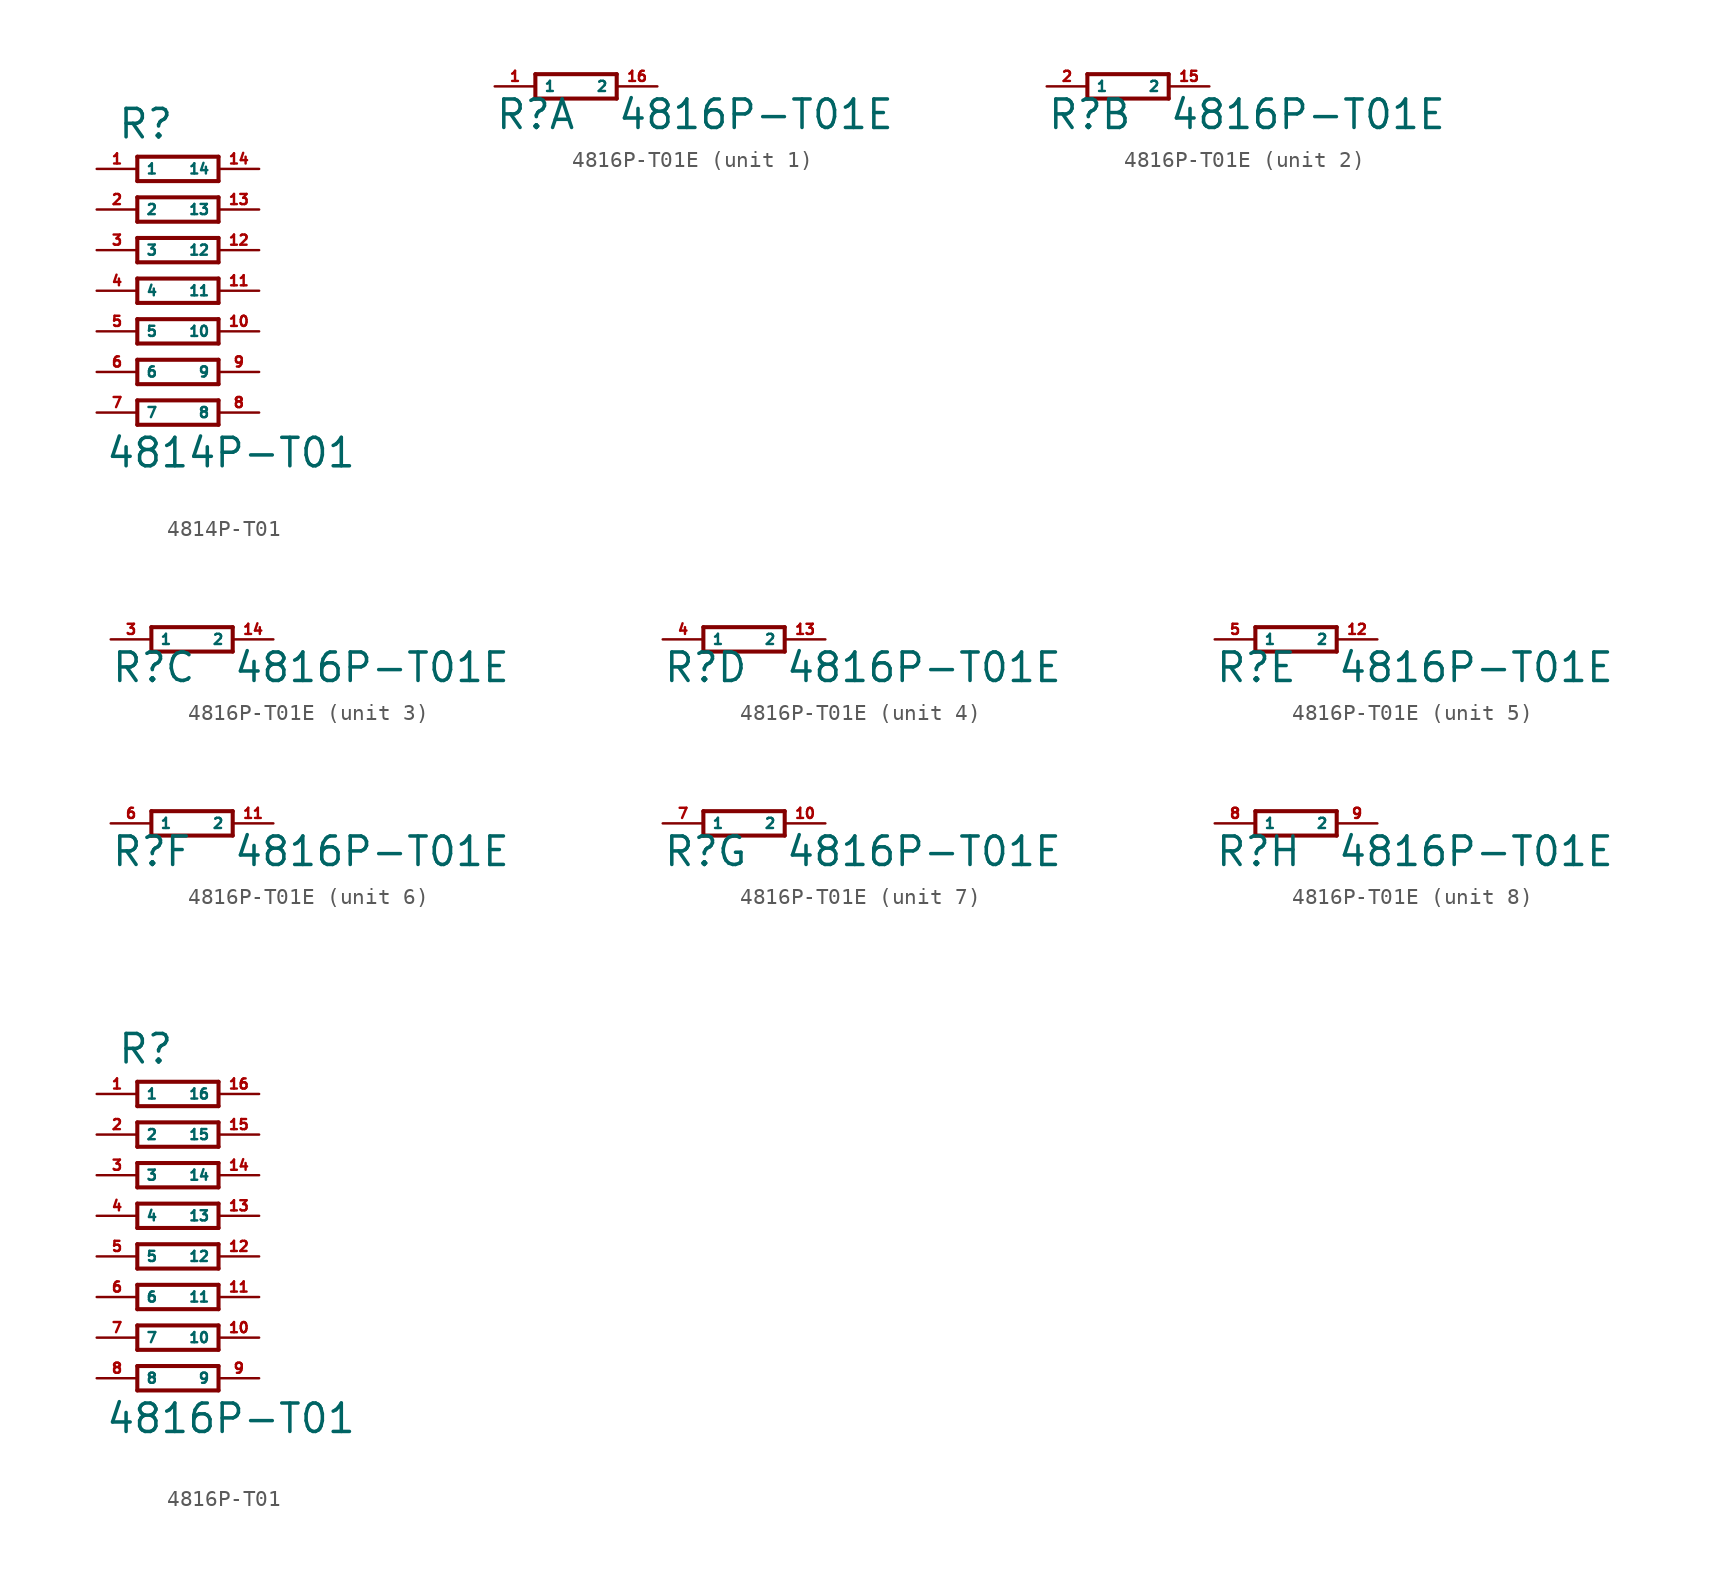
<source format=kicad_sym>
(kicad_symbol_lib
  (version 20220914)
  (generator Eagle2Kicad)
  (symbol "4814P-T01"
    (property "Reference" "R"
      (at -3.81 9.398 0)
      (effects (font (size 1.778 1.778) (thickness 0.22)) (justify left bottom)))
    (property "Value" "4814P-T01"
      (at -4.572 -11.176 0)
      (effects (font (size 1.778 1.778) (thickness 0.22)) (justify left bottom)))
    (polyline
      (pts (xy -2.54 8.382) (xy -2.54 6.858))
      (stroke (width 0.254) (type default))
      (fill (type none)))
    (polyline
      (pts (xy -2.54 6.858) (xy 2.54 6.858))
      (stroke (width 0.254) (type default))
      (fill (type none)))
    (polyline
      (pts (xy 2.54 6.858) (xy 2.54 8.382))
      (stroke (width 0.254) (type default))
      (fill (type none)))
    (polyline
      (pts (xy 2.54 8.382) (xy -2.54 8.382))
      (stroke (width 0.254) (type default))
      (fill (type none)))
    (polyline
      (pts (xy -2.54 5.842) (xy -2.54 4.318))
      (stroke (width 0.254) (type default))
      (fill (type none)))
    (polyline
      (pts (xy -2.54 4.318) (xy 2.54 4.318))
      (stroke (width 0.254) (type default))
      (fill (type none)))
    (polyline
      (pts (xy 2.54 4.318) (xy 2.54 5.842))
      (stroke (width 0.254) (type default))
      (fill (type none)))
    (polyline
      (pts (xy 2.54 5.842) (xy -2.54 5.842))
      (stroke (width 0.254) (type default))
      (fill (type none)))
    (polyline
      (pts (xy -2.54 3.302) (xy -2.54 1.778))
      (stroke (width 0.254) (type default))
      (fill (type none)))
    (polyline
      (pts (xy -2.54 1.778) (xy 2.54 1.778))
      (stroke (width 0.254) (type default))
      (fill (type none)))
    (polyline
      (pts (xy 2.54 1.778) (xy 2.54 3.302))
      (stroke (width 0.254) (type default))
      (fill (type none)))
    (polyline
      (pts (xy 2.54 3.302) (xy -2.54 3.302))
      (stroke (width 0.254) (type default))
      (fill (type none)))
    (polyline
      (pts (xy -2.54 0.762) (xy -2.54 -0.762))
      (stroke (width 0.254) (type default))
      (fill (type none)))
    (polyline
      (pts (xy -2.54 -0.762) (xy 2.54 -0.762))
      (stroke (width 0.254) (type default))
      (fill (type none)))
    (polyline
      (pts (xy 2.54 -0.762) (xy 2.54 0.762))
      (stroke (width 0.254) (type default))
      (fill (type none)))
    (polyline
      (pts (xy 2.54 0.762) (xy -2.54 0.762))
      (stroke (width 0.254) (type default))
      (fill (type none)))
    (polyline
      (pts (xy -2.54 -1.778) (xy -2.54 -3.302))
      (stroke (width 0.254) (type default))
      (fill (type none)))
    (polyline
      (pts (xy -2.54 -3.302) (xy 2.54 -3.302))
      (stroke (width 0.254) (type default))
      (fill (type none)))
    (polyline
      (pts (xy 2.54 -3.302) (xy 2.54 -1.778))
      (stroke (width 0.254) (type default))
      (fill (type none)))
    (polyline
      (pts (xy 2.54 -1.778) (xy -2.54 -1.778))
      (stroke (width 0.254) (type default))
      (fill (type none)))
    (polyline
      (pts (xy -2.54 -4.318) (xy -2.54 -5.842))
      (stroke (width 0.254) (type default))
      (fill (type none)))
    (polyline
      (pts (xy -2.54 -5.842) (xy 2.54 -5.842))
      (stroke (width 0.254) (type default))
      (fill (type none)))
    (polyline
      (pts (xy 2.54 -5.842) (xy 2.54 -4.318))
      (stroke (width 0.254) (type default))
      (fill (type none)))
    (polyline
      (pts (xy 2.54 -4.318) (xy -2.54 -4.318))
      (stroke (width 0.254) (type default))
      (fill (type none)))
    (polyline
      (pts (xy -2.54 -6.858) (xy -2.54 -8.382))
      (stroke (width 0.254) (type default))
      (fill (type none)))
    (polyline
      (pts (xy -2.54 -8.382) (xy 2.54 -8.382))
      (stroke (width 0.254) (type default))
      (fill (type none)))
    (polyline
      (pts (xy 2.54 -8.382) (xy 2.54 -6.858))
      (stroke (width 0.254) (type default))
      (fill (type none)))
    (polyline
      (pts (xy 2.54 -6.858) (xy -2.54 -6.858))
      (stroke (width 0.254) (type default))
      (fill (type none)))
    (pin passive line
      (at -5.08 7.62 0)
      (length 2.54)
      (name "1" (effects (font (size 0.635 0.635) (thickness 0.08)) (justify left bottom)))
      (number "1" (effects (font (size 0.635 0.635) (thickness 0.08)) (justify left bottom))))
    (pin passive line
      (at -5.08 5.08 0)
      (length 2.54)
      (name "2" (effects (font (size 0.635 0.635) (thickness 0.08)) (justify left bottom)))
      (number "2" (effects (font (size 0.635 0.635) (thickness 0.08)) (justify left bottom))))
    (pin passive line
      (at -5.08 2.54 0)
      (length 2.54)
      (name "3" (effects (font (size 0.635 0.635) (thickness 0.08)) (justify left bottom)))
      (number "3" (effects (font (size 0.635 0.635) (thickness 0.08)) (justify left bottom))))
    (pin passive line
      (at -5.08 0 0)
      (length 2.54)
      (name "4" (effects (font (size 0.635 0.635) (thickness 0.08)) (justify left bottom)))
      (number "4" (effects (font (size 0.635 0.635) (thickness 0.08)) (justify left bottom))))
    (pin passive line
      (at -5.08 -2.54 0)
      (length 2.54)
      (name "5" (effects (font (size 0.635 0.635) (thickness 0.08)) (justify left bottom)))
      (number "5" (effects (font (size 0.635 0.635) (thickness 0.08)) (justify left bottom))))
    (pin passive line
      (at -5.08 -5.08 0)
      (length 2.54)
      (name "6" (effects (font (size 0.635 0.635) (thickness 0.08)) (justify left bottom)))
      (number "6" (effects (font (size 0.635 0.635) (thickness 0.08)) (justify left bottom))))
    (pin passive line
      (at -5.08 -7.62 0)
      (length 2.54)
      (name "7" (effects (font (size 0.635 0.635) (thickness 0.08)) (justify left bottom)))
      (number "7" (effects (font (size 0.635 0.635) (thickness 0.08)) (justify left bottom))))
    (pin passive line
      (at 5.08 -7.62 180)
      (length 2.54)
      (name "8" (effects (font (size 0.635 0.635) (thickness 0.08)) (justify left bottom)))
      (number "8" (effects (font (size 0.635 0.635) (thickness 0.08)) (justify left bottom))))
    (pin passive line
      (at 5.08 -5.08 180)
      (length 2.54)
      (name "9" (effects (font (size 0.635 0.635) (thickness 0.08)) (justify left bottom)))
      (number "9" (effects (font (size 0.635 0.635) (thickness 0.08)) (justify left bottom))))
    (pin passive line
      (at 5.08 -2.54 180)
      (length 2.54)
      (name "10" (effects (font (size 0.635 0.635) (thickness 0.08)) (justify left bottom)))
      (number "10" (effects (font (size 0.635 0.635) (thickness 0.08)) (justify left bottom))))
    (pin passive line
      (at 5.08 0 180)
      (length 2.54)
      (name "11" (effects (font (size 0.635 0.635) (thickness 0.08)) (justify left bottom)))
      (number "11" (effects (font (size 0.635 0.635) (thickness 0.08)) (justify left bottom))))
    (pin passive line
      (at 5.08 2.54 180)
      (length 2.54)
      (name "12" (effects (font (size 0.635 0.635) (thickness 0.08)) (justify left bottom)))
      (number "12" (effects (font (size 0.635 0.635) (thickness 0.08)) (justify left bottom))))
    (pin passive line
      (at 5.08 5.08 180)
      (length 2.54)
      (name "13" (effects (font (size 0.635 0.635) (thickness 0.08)) (justify left bottom)))
      (number "13" (effects (font (size 0.635 0.635) (thickness 0.08)) (justify left bottom))))
    (pin passive line
      (at 5.08 7.62 180)
      (length 2.54)
      (name "14" (effects (font (size 0.635 0.635) (thickness 0.08)) (justify left bottom)))
      (number "14" (effects (font (size 0.635 0.635) (thickness 0.08)) (justify left bottom)))))
  (symbol "4816P-T01E"
    (property "Reference" "R"
      (at -5.08 -2.794 0)
      (effects (font (size 1.778 1.778) (thickness 0.22)) (justify left bottom)))
    (property "Value" "4816P-T01E"
      (at 2.54 -2.794 0)
      (effects (font (size 1.778 1.778) (thickness 0.22)) (justify left bottom)))
    (symbol "4816P-T01E_1_0"
      (polyline (pts (xy -2.54 -0.762) (xy 2.54 -0.762)) (stroke (width 0.254) (type default)) (fill (type none)))
      (polyline (pts (xy 2.54 0.762) (xy -2.54 0.762)) (stroke (width 0.254) (type default)) (fill (type none)))
      (polyline (pts (xy 2.54 -0.762) (xy 2.54 0.762)) (stroke (width 0.254) (type default)) (fill (type none)))
      (polyline (pts (xy -2.54 0.762) (xy -2.54 -0.762)) (stroke (width 0.254) (type default)) (fill (type none)))
      (pin passive line (at -5.08 0 0) (length 2.54) (name "1" (effects (font (size 0.635 0.635) (thickness 0.08)) (justify left bottom))) (number "1" (effects (font (size 0.635 0.635) (thickness 0.08)) (justify left bottom))))
      (pin passive line (at 5.08 0 180) (length 2.54) (name "2" (effects (font (size 0.635 0.635) (thickness 0.08)) (justify left bottom))) (number "16" (effects (font (size 0.635 0.635) (thickness 0.08)) (justify left bottom)))))
    (symbol "4816P-T01E_2_0"
      (polyline (pts (xy -2.54 -0.762) (xy 2.54 -0.762)) (stroke (width 0.254) (type default)) (fill (type none)))
      (polyline (pts (xy 2.54 0.762) (xy -2.54 0.762)) (stroke (width 0.254) (type default)) (fill (type none)))
      (polyline (pts (xy 2.54 -0.762) (xy 2.54 0.762)) (stroke (width 0.254) (type default)) (fill (type none)))
      (polyline (pts (xy -2.54 0.762) (xy -2.54 -0.762)) (stroke (width 0.254) (type default)) (fill (type none)))
      (pin passive line (at -5.08 0 0) (length 2.54) (name "1" (effects (font (size 0.635 0.635) (thickness 0.08)) (justify left bottom))) (number "2" (effects (font (size 0.635 0.635) (thickness 0.08)) (justify left bottom))))
      (pin passive line (at 5.08 0 180) (length 2.54) (name "2" (effects (font (size 0.635 0.635) (thickness 0.08)) (justify left bottom))) (number "15" (effects (font (size 0.635 0.635) (thickness 0.08)) (justify left bottom)))))
    (symbol "4816P-T01E_3_0"
      (polyline (pts (xy -2.54 -0.762) (xy 2.54 -0.762)) (stroke (width 0.254) (type default)) (fill (type none)))
      (polyline (pts (xy 2.54 0.762) (xy -2.54 0.762)) (stroke (width 0.254) (type default)) (fill (type none)))
      (polyline (pts (xy 2.54 -0.762) (xy 2.54 0.762)) (stroke (width 0.254) (type default)) (fill (type none)))
      (polyline (pts (xy -2.54 0.762) (xy -2.54 -0.762)) (stroke (width 0.254) (type default)) (fill (type none)))
      (pin passive line (at -5.08 0 0) (length 2.54) (name "1" (effects (font (size 0.635 0.635) (thickness 0.08)) (justify left bottom))) (number "3" (effects (font (size 0.635 0.635) (thickness 0.08)) (justify left bottom))))
      (pin passive line (at 5.08 0 180) (length 2.54) (name "2" (effects (font (size 0.635 0.635) (thickness 0.08)) (justify left bottom))) (number "14" (effects (font (size 0.635 0.635) (thickness 0.08)) (justify left bottom)))))
    (symbol "4816P-T01E_4_0"
      (polyline (pts (xy -2.54 -0.762) (xy 2.54 -0.762)) (stroke (width 0.254) (type default)) (fill (type none)))
      (polyline (pts (xy 2.54 0.762) (xy -2.54 0.762)) (stroke (width 0.254) (type default)) (fill (type none)))
      (polyline (pts (xy 2.54 -0.762) (xy 2.54 0.762)) (stroke (width 0.254) (type default)) (fill (type none)))
      (polyline (pts (xy -2.54 0.762) (xy -2.54 -0.762)) (stroke (width 0.254) (type default)) (fill (type none)))
      (pin passive line (at -5.08 0 0) (length 2.54) (name "1" (effects (font (size 0.635 0.635) (thickness 0.08)) (justify left bottom))) (number "4" (effects (font (size 0.635 0.635) (thickness 0.08)) (justify left bottom))))
      (pin passive line (at 5.08 0 180) (length 2.54) (name "2" (effects (font (size 0.635 0.635) (thickness 0.08)) (justify left bottom))) (number "13" (effects (font (size 0.635 0.635) (thickness 0.08)) (justify left bottom)))))
    (symbol "4816P-T01E_5_0"
      (polyline (pts (xy -2.54 -0.762) (xy 2.54 -0.762)) (stroke (width 0.254) (type default)) (fill (type none)))
      (polyline (pts (xy 2.54 0.762) (xy -2.54 0.762)) (stroke (width 0.254) (type default)) (fill (type none)))
      (polyline (pts (xy 2.54 -0.762) (xy 2.54 0.762)) (stroke (width 0.254) (type default)) (fill (type none)))
      (polyline (pts (xy -2.54 0.762) (xy -2.54 -0.762)) (stroke (width 0.254) (type default)) (fill (type none)))
      (pin passive line (at -5.08 0 0) (length 2.54) (name "1" (effects (font (size 0.635 0.635) (thickness 0.08)) (justify left bottom))) (number "5" (effects (font (size 0.635 0.635) (thickness 0.08)) (justify left bottom))))
      (pin passive line (at 5.08 0 180) (length 2.54) (name "2" (effects (font (size 0.635 0.635) (thickness 0.08)) (justify left bottom))) (number "12" (effects (font (size 0.635 0.635) (thickness 0.08)) (justify left bottom)))))
    (symbol "4816P-T01E_6_0"
      (polyline (pts (xy -2.54 -0.762) (xy 2.54 -0.762)) (stroke (width 0.254) (type default)) (fill (type none)))
      (polyline (pts (xy 2.54 0.762) (xy -2.54 0.762)) (stroke (width 0.254) (type default)) (fill (type none)))
      (polyline (pts (xy 2.54 -0.762) (xy 2.54 0.762)) (stroke (width 0.254) (type default)) (fill (type none)))
      (polyline (pts (xy -2.54 0.762) (xy -2.54 -0.762)) (stroke (width 0.254) (type default)) (fill (type none)))
      (pin passive line (at -5.08 0 0) (length 2.54) (name "1" (effects (font (size 0.635 0.635) (thickness 0.08)) (justify left bottom))) (number "6" (effects (font (size 0.635 0.635) (thickness 0.08)) (justify left bottom))))
      (pin passive line (at 5.08 0 180) (length 2.54) (name "2" (effects (font (size 0.635 0.635) (thickness 0.08)) (justify left bottom))) (number "11" (effects (font (size 0.635 0.635) (thickness 0.08)) (justify left bottom)))))
    (symbol "4816P-T01E_7_0"
      (polyline (pts (xy -2.54 -0.762) (xy 2.54 -0.762)) (stroke (width 0.254) (type default)) (fill (type none)))
      (polyline (pts (xy 2.54 0.762) (xy -2.54 0.762)) (stroke (width 0.254) (type default)) (fill (type none)))
      (polyline (pts (xy 2.54 -0.762) (xy 2.54 0.762)) (stroke (width 0.254) (type default)) (fill (type none)))
      (polyline (pts (xy -2.54 0.762) (xy -2.54 -0.762)) (stroke (width 0.254) (type default)) (fill (type none)))
      (pin passive line (at -5.08 0 0) (length 2.54) (name "1" (effects (font (size 0.635 0.635) (thickness 0.08)) (justify left bottom))) (number "7" (effects (font (size 0.635 0.635) (thickness 0.08)) (justify left bottom))))
      (pin passive line (at 5.08 0 180) (length 2.54) (name "2" (effects (font (size 0.635 0.635) (thickness 0.08)) (justify left bottom))) (number "10" (effects (font (size 0.635 0.635) (thickness 0.08)) (justify left bottom)))))
    (symbol "4816P-T01E_8_0"
      (polyline (pts (xy -2.54 -0.762) (xy 2.54 -0.762)) (stroke (width 0.254) (type default)) (fill (type none)))
      (polyline (pts (xy 2.54 0.762) (xy -2.54 0.762)) (stroke (width 0.254) (type default)) (fill (type none)))
      (polyline (pts (xy 2.54 -0.762) (xy 2.54 0.762)) (stroke (width 0.254) (type default)) (fill (type none)))
      (polyline (pts (xy -2.54 0.762) (xy -2.54 -0.762)) (stroke (width 0.254) (type default)) (fill (type none)))
      (pin passive line (at -5.08 0 0) (length 2.54) (name "1" (effects (font (size 0.635 0.635) (thickness 0.08)) (justify left bottom))) (number "8" (effects (font (size 0.635 0.635) (thickness 0.08)) (justify left bottom))))
      (pin passive line (at 5.08 0 180) (length 2.54) (name "2" (effects (font (size 0.635 0.635) (thickness 0.08)) (justify left bottom))) (number "9" (effects (font (size 0.635 0.635) (thickness 0.08)) (justify left bottom))))))
  (symbol "4816P-T01"
    (property "Reference" "R"
      (at -3.81 9.398 0)
      (effects (font (size 1.778 1.778) (thickness 0.22)) (justify left bottom)))
    (property "Value" "4816P-T01"
      (at -4.572 -13.716 0)
      (effects (font (size 1.778 1.778) (thickness 0.22)) (justify left bottom)))
    (polyline
      (pts (xy -2.54 8.382) (xy -2.54 6.858))
      (stroke (width 0.254) (type default))
      (fill (type none)))
    (polyline
      (pts (xy -2.54 6.858) (xy 2.54 6.858))
      (stroke (width 0.254) (type default))
      (fill (type none)))
    (polyline
      (pts (xy 2.54 6.858) (xy 2.54 8.382))
      (stroke (width 0.254) (type default))
      (fill (type none)))
    (polyline
      (pts (xy 2.54 8.382) (xy -2.54 8.382))
      (stroke (width 0.254) (type default))
      (fill (type none)))
    (polyline
      (pts (xy -2.54 5.842) (xy -2.54 4.318))
      (stroke (width 0.254) (type default))
      (fill (type none)))
    (polyline
      (pts (xy -2.54 4.318) (xy 2.54 4.318))
      (stroke (width 0.254) (type default))
      (fill (type none)))
    (polyline
      (pts (xy 2.54 4.318) (xy 2.54 5.842))
      (stroke (width 0.254) (type default))
      (fill (type none)))
    (polyline
      (pts (xy 2.54 5.842) (xy -2.54 5.842))
      (stroke (width 0.254) (type default))
      (fill (type none)))
    (polyline
      (pts (xy -2.54 3.302) (xy -2.54 1.778))
      (stroke (width 0.254) (type default))
      (fill (type none)))
    (polyline
      (pts (xy -2.54 1.778) (xy 2.54 1.778))
      (stroke (width 0.254) (type default))
      (fill (type none)))
    (polyline
      (pts (xy 2.54 1.778) (xy 2.54 3.302))
      (stroke (width 0.254) (type default))
      (fill (type none)))
    (polyline
      (pts (xy 2.54 3.302) (xy -2.54 3.302))
      (stroke (width 0.254) (type default))
      (fill (type none)))
    (polyline
      (pts (xy -2.54 0.762) (xy -2.54 -0.762))
      (stroke (width 0.254) (type default))
      (fill (type none)))
    (polyline
      (pts (xy -2.54 -0.762) (xy 2.54 -0.762))
      (stroke (width 0.254) (type default))
      (fill (type none)))
    (polyline
      (pts (xy 2.54 -0.762) (xy 2.54 0.762))
      (stroke (width 0.254) (type default))
      (fill (type none)))
    (polyline
      (pts (xy 2.54 0.762) (xy -2.54 0.762))
      (stroke (width 0.254) (type default))
      (fill (type none)))
    (polyline
      (pts (xy -2.54 -1.778) (xy -2.54 -3.302))
      (stroke (width 0.254) (type default))
      (fill (type none)))
    (polyline
      (pts (xy -2.54 -3.302) (xy 2.54 -3.302))
      (stroke (width 0.254) (type default))
      (fill (type none)))
    (polyline
      (pts (xy 2.54 -3.302) (xy 2.54 -1.778))
      (stroke (width 0.254) (type default))
      (fill (type none)))
    (polyline
      (pts (xy 2.54 -1.778) (xy -2.54 -1.778))
      (stroke (width 0.254) (type default))
      (fill (type none)))
    (polyline
      (pts (xy -2.54 -4.318) (xy -2.54 -5.842))
      (stroke (width 0.254) (type default))
      (fill (type none)))
    (polyline
      (pts (xy -2.54 -5.842) (xy 2.54 -5.842))
      (stroke (width 0.254) (type default))
      (fill (type none)))
    (polyline
      (pts (xy 2.54 -5.842) (xy 2.54 -4.318))
      (stroke (width 0.254) (type default))
      (fill (type none)))
    (polyline
      (pts (xy 2.54 -4.318) (xy -2.54 -4.318))
      (stroke (width 0.254) (type default))
      (fill (type none)))
    (polyline
      (pts (xy -2.54 -6.858) (xy -2.54 -8.382))
      (stroke (width 0.254) (type default))
      (fill (type none)))
    (polyline
      (pts (xy -2.54 -8.382) (xy 2.54 -8.382))
      (stroke (width 0.254) (type default))
      (fill (type none)))
    (polyline
      (pts (xy 2.54 -8.382) (xy 2.54 -6.858))
      (stroke (width 0.254) (type default))
      (fill (type none)))
    (polyline
      (pts (xy 2.54 -6.858) (xy -2.54 -6.858))
      (stroke (width 0.254) (type default))
      (fill (type none)))
    (polyline
      (pts (xy -2.54 -9.398) (xy -2.54 -10.922))
      (stroke (width 0.254) (type default))
      (fill (type none)))
    (polyline
      (pts (xy -2.54 -10.922) (xy 2.54 -10.922))
      (stroke (width 0.254) (type default))
      (fill (type none)))
    (polyline
      (pts (xy 2.54 -10.922) (xy 2.54 -9.398))
      (stroke (width 0.254) (type default))
      (fill (type none)))
    (polyline
      (pts (xy 2.54 -9.398) (xy -2.54 -9.398))
      (stroke (width 0.254) (type default))
      (fill (type none)))
    (pin passive line
      (at -5.08 7.62 0)
      (length 2.54)
      (name "1" (effects (font (size 0.635 0.635) (thickness 0.08)) (justify left bottom)))
      (number "1" (effects (font (size 0.635 0.635) (thickness 0.08)) (justify left bottom))))
    (pin passive line
      (at -5.08 5.08 0)
      (length 2.54)
      (name "2" (effects (font (size 0.635 0.635) (thickness 0.08)) (justify left bottom)))
      (number "2" (effects (font (size 0.635 0.635) (thickness 0.08)) (justify left bottom))))
    (pin passive line
      (at -5.08 2.54 0)
      (length 2.54)
      (name "3" (effects (font (size 0.635 0.635) (thickness 0.08)) (justify left bottom)))
      (number "3" (effects (font (size 0.635 0.635) (thickness 0.08)) (justify left bottom))))
    (pin passive line
      (at -5.08 0 0)
      (length 2.54)
      (name "4" (effects (font (size 0.635 0.635) (thickness 0.08)) (justify left bottom)))
      (number "4" (effects (font (size 0.635 0.635) (thickness 0.08)) (justify left bottom))))
    (pin passive line
      (at -5.08 -2.54 0)
      (length 2.54)
      (name "5" (effects (font (size 0.635 0.635) (thickness 0.08)) (justify left bottom)))
      (number "5" (effects (font (size 0.635 0.635) (thickness 0.08)) (justify left bottom))))
    (pin passive line
      (at -5.08 -5.08 0)
      (length 2.54)
      (name "6" (effects (font (size 0.635 0.635) (thickness 0.08)) (justify left bottom)))
      (number "6" (effects (font (size 0.635 0.635) (thickness 0.08)) (justify left bottom))))
    (pin passive line
      (at -5.08 -7.62 0)
      (length 2.54)
      (name "7" (effects (font (size 0.635 0.635) (thickness 0.08)) (justify left bottom)))
      (number "7" (effects (font (size 0.635 0.635) (thickness 0.08)) (justify left bottom))))
    (pin passive line
      (at -5.08 -10.16 0)
      (length 2.54)
      (name "8" (effects (font (size 0.635 0.635) (thickness 0.08)) (justify left bottom)))
      (number "8" (effects (font (size 0.635 0.635) (thickness 0.08)) (justify left bottom))))
    (pin passive line
      (at 5.08 -10.16 180)
      (length 2.54)
      (name "9" (effects (font (size 0.635 0.635) (thickness 0.08)) (justify left bottom)))
      (number "9" (effects (font (size 0.635 0.635) (thickness 0.08)) (justify left bottom))))
    (pin passive line
      (at 5.08 -7.62 180)
      (length 2.54)
      (name "10" (effects (font (size 0.635 0.635) (thickness 0.08)) (justify left bottom)))
      (number "10" (effects (font (size 0.635 0.635) (thickness 0.08)) (justify left bottom))))
    (pin passive line
      (at 5.08 -5.08 180)
      (length 2.54)
      (name "11" (effects (font (size 0.635 0.635) (thickness 0.08)) (justify left bottom)))
      (number "11" (effects (font (size 0.635 0.635) (thickness 0.08)) (justify left bottom))))
    (pin passive line
      (at 5.08 -2.54 180)
      (length 2.54)
      (name "12" (effects (font (size 0.635 0.635) (thickness 0.08)) (justify left bottom)))
      (number "12" (effects (font (size 0.635 0.635) (thickness 0.08)) (justify left bottom))))
    (pin passive line
      (at 5.08 0 180)
      (length 2.54)
      (name "13" (effects (font (size 0.635 0.635) (thickness 0.08)) (justify left bottom)))
      (number "13" (effects (font (size 0.635 0.635) (thickness 0.08)) (justify left bottom))))
    (pin passive line
      (at 5.08 2.54 180)
      (length 2.54)
      (name "14" (effects (font (size 0.635 0.635) (thickness 0.08)) (justify left bottom)))
      (number "14" (effects (font (size 0.635 0.635) (thickness 0.08)) (justify left bottom))))
    (pin passive line
      (at 5.08 5.08 180)
      (length 2.54)
      (name "15" (effects (font (size 0.635 0.635) (thickness 0.08)) (justify left bottom)))
      (number "15" (effects (font (size 0.635 0.635) (thickness 0.08)) (justify left bottom))))
    (pin passive line
      (at 5.08 7.62 180)
      (length 2.54)
      (name "16" (effects (font (size 0.635 0.635) (thickness 0.08)) (justify left bottom)))
      (number "16" (effects (font (size 0.635 0.635) (thickness 0.08)) (justify left bottom))))))
</source>
